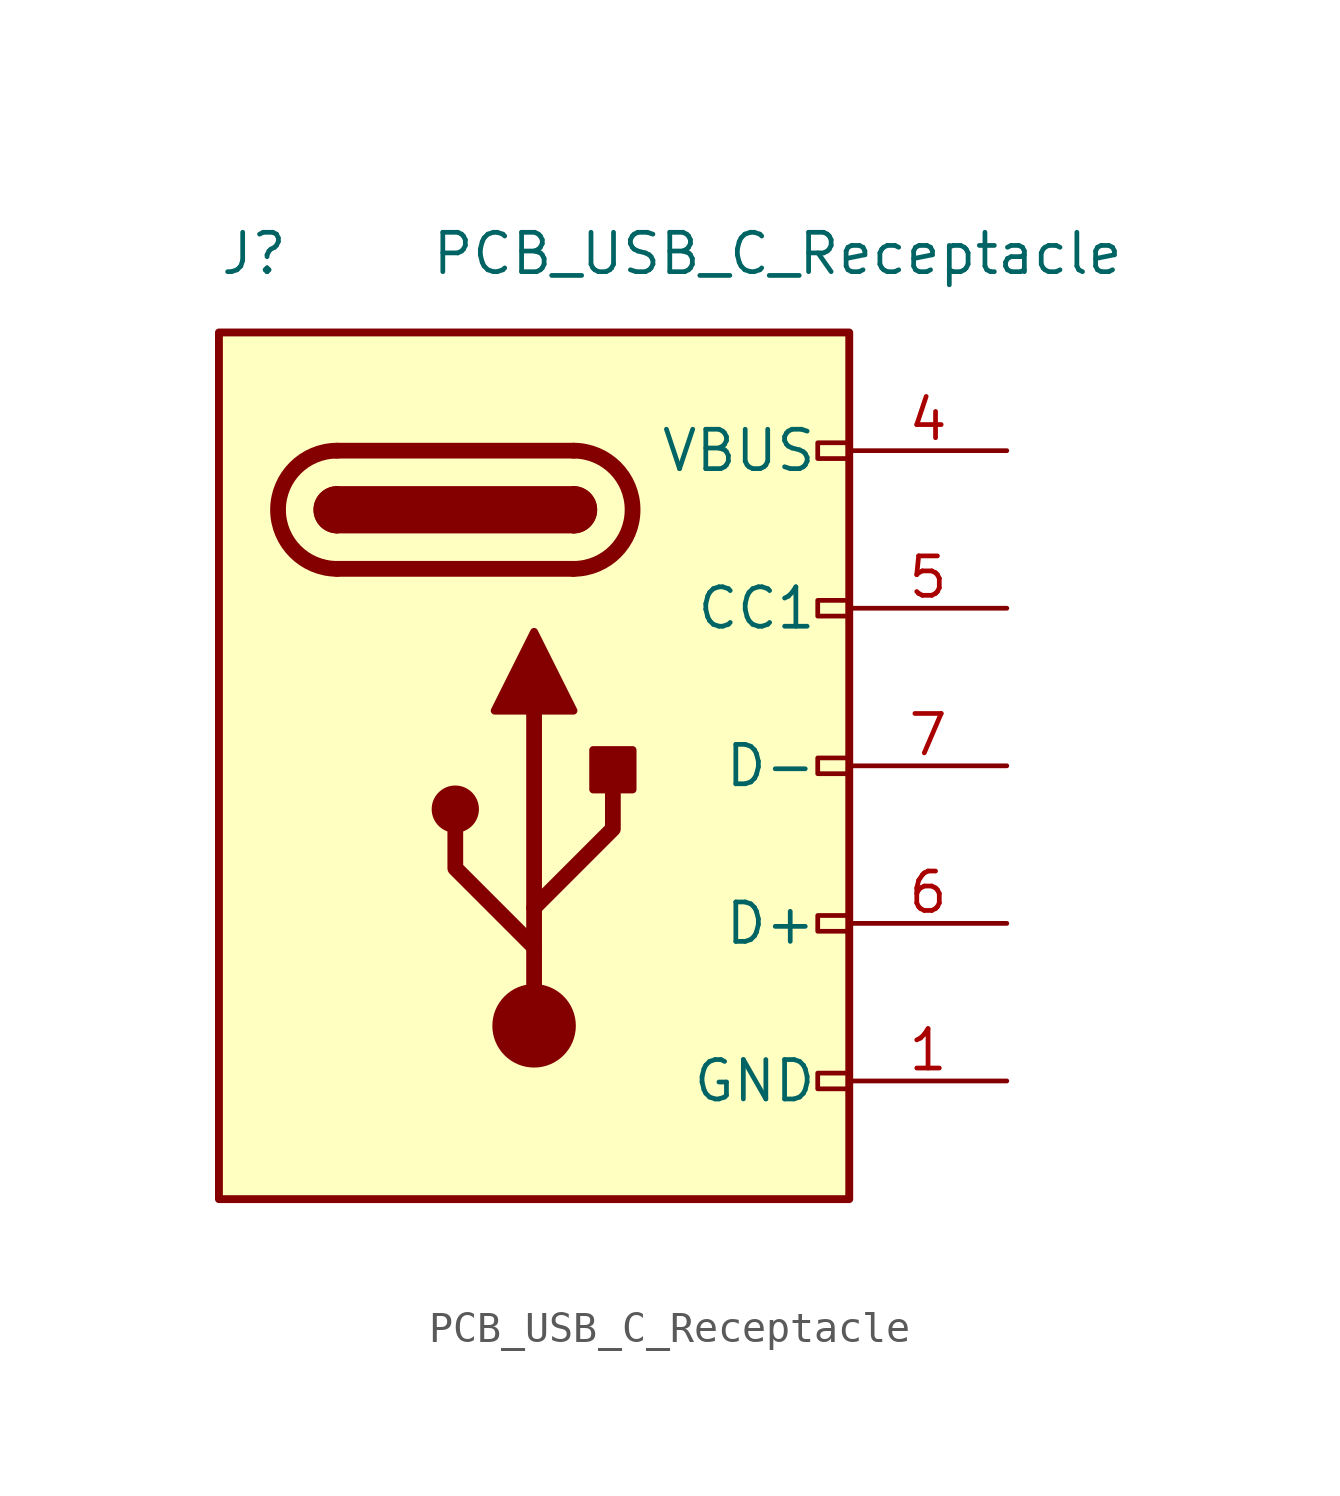
<source format=kicad_sym>
(kicad_symbol_lib
  (version 20211014)
  (generator kicad_symbol_editor)
  (symbol "PCB_USB_C_Receptacle"
    (pin_names
      (offset 1.016))
    (property "Reference" "J"
      (at -10.16 16.51 0)
      (effects (font (size 1.27 1.27)) (justify left)))
    (property "Value" "PCB_USB_C_Receptacle"
      (at 19.05 16.51 0)
      (effects (font (size 1.27 1.27)) (justify right)))
    (symbol "PCB_USB_C_Receptacle_0_0"
      (rectangle (start 10.16 -10.414) (end 9.144 -9.906) (stroke (width 0) (type default) (color 0 0 0 0)) (fill (type none)))
      (rectangle (start 10.16 -4.826) (end 9.144 -5.334) (stroke (width 0) (type default) (color 0 0 0 0)) (fill (type none)))
      (rectangle (start 10.16 0.254) (end 9.144 -0.254) (stroke (width 0) (type default) (color 0 0 0 0)) (fill (type none)))
      (rectangle (start 10.16 5.334) (end 9.144 4.826) (stroke (width 0) (type default) (color 0 0 0 0)) (fill (type none)))
      (rectangle (start 10.16 10.414) (end 9.144 9.906) (stroke (width 0) (type default) (color 0 0 0 0)) (fill (type none))))
    (symbol "PCB_USB_C_Receptacle_0_1"
      (rectangle (start -10.16 13.97) (end 10.16 -13.97) (stroke (width 0.254) (type default) (color 0 0 0 0)) (fill (type background)))
      (arc (start -6.35 8.89) (mid -6.985 8.255) (end -6.35 7.62) (stroke (width 0.254) (type default) (color 0 0 0 0)) (fill (type none)))
      (arc (start -6.35 8.89) (mid -6.985 8.255) (end -6.35 7.62) (stroke (width 0.254) (type default) (color 0 0 0 0)) (fill (type outline)))
      (arc (start -6.35 10.16) (mid -8.255 8.255) (end -6.35 6.35) (stroke (width 0.508) (type default) (color 0 0 0 0)) (fill (type none)))
      (circle (center -2.54 -1.397) (radius 0.635) (stroke (width 0.254) (type default) (color 0 0 0 0)) (fill (type outline)))
      (circle (center 0 -8.382) (radius 1.27) (stroke (width 0) (type default) (color 0 0 0 0)) (fill (type outline)))
      (polyline (pts (xy -6.35 10.16) (xy 1.27 10.16)) (stroke (width 0.508) (type default) (color 0 0 0 0)) (fill (type none)))
      (polyline (pts (xy 0 -8.382) (xy 0 1.778)) (stroke (width 0.508) (type default) (color 0 0 0 0)) (fill (type none)))
      (polyline (pts (xy 1.27 6.35) (xy -6.35 6.35)) (stroke (width 0.508) (type default) (color 0 0 0 0)) (fill (type none)))
      (polyline (pts (xy 0 -5.842) (xy -2.54 -3.302) (xy -2.54 -2.032)) (stroke (width 0.508) (type default) (color 0 0 0 0)) (fill (type none)))
      (polyline (pts (xy 0 -4.572) (xy 2.54 -2.032) (xy 2.54 -0.762)) (stroke (width 0.508) (type default) (color 0 0 0 0)) (fill (type none)))
      (polyline (pts (xy -1.27 1.778) (xy 0 4.318) (xy 1.27 1.778) (xy -1.27 1.778)) (stroke (width 0.254) (type default) (color 0 0 0 0)) (fill (type outline)))
      (arc (start 1.27 6.35) (mid 3.175 8.255) (end 1.27 10.16) (stroke (width 0.508) (type default) (color 0 0 0 0)) (fill (type none)))
      (rectangle (start 1.27 7.62) (end -6.35 8.89) (stroke (width 0.254) (type default) (color 0 0 0 0)) (fill (type outline)))
      (arc (start 1.27 7.62) (mid 1.905 8.255) (end 1.27 8.89) (stroke (width 0.254) (type default) (color 0 0 0 0)) (fill (type none)))
      (arc (start 1.27 7.62) (mid 1.905 8.255) (end 1.27 8.89) (stroke (width 0.254) (type default) (color 0 0 0 0)) (fill (type outline)))
      (rectangle (start 1.905 -0.762) (end 3.175 0.508) (stroke (width 0.254) (type default) (color 0 0 0 0)) (fill (type outline))))
    (symbol "PCB_USB_C_Receptacle_1_1"
      (pin passive line (at 15.24 -10.16 180) (length 5.08) (name "GND" (effects (font (size 1.27 1.27)))) (number "1" (effects (font (size 1.27 1.27)))))
      (pin passive line (at 15.24 -10.16 180) (length 5.08) hide (name "GND" (effects (font (size 1.27 1.27)))) (number "12" (effects (font (size 1.27 1.27)))))
      (pin passive line (at 15.24 10.16 180) (length 5.08) (name "VBUS" (effects (font (size 1.27 1.27)))) (number "4" (effects (font (size 1.27 1.27)))))
      (pin bidirectional line (at 15.24 5.08 180) (length 5.08) (name "CC1" (effects (font (size 1.27 1.27)))) (number "5" (effects (font (size 1.27 1.27)))))
      (pin bidirectional line (at 15.24 -5.08 180) (length 5.08) (name "D+" (effects (font (size 1.27 1.27)))) (number "6" (effects (font (size 1.27 1.27)))))
      (pin bidirectional line (at 15.24 0 180) (length 5.08) (name "D-" (effects (font (size 1.27 1.27)))) (number "7" (effects (font (size 1.27 1.27)))))
      (pin passive line (at 15.24 10.16 180) (length 5.08) hide (name "VBUS" (effects (font (size 1.27 1.27)))) (number "9" (effects (font (size 1.27 1.27))))))))
</source>
